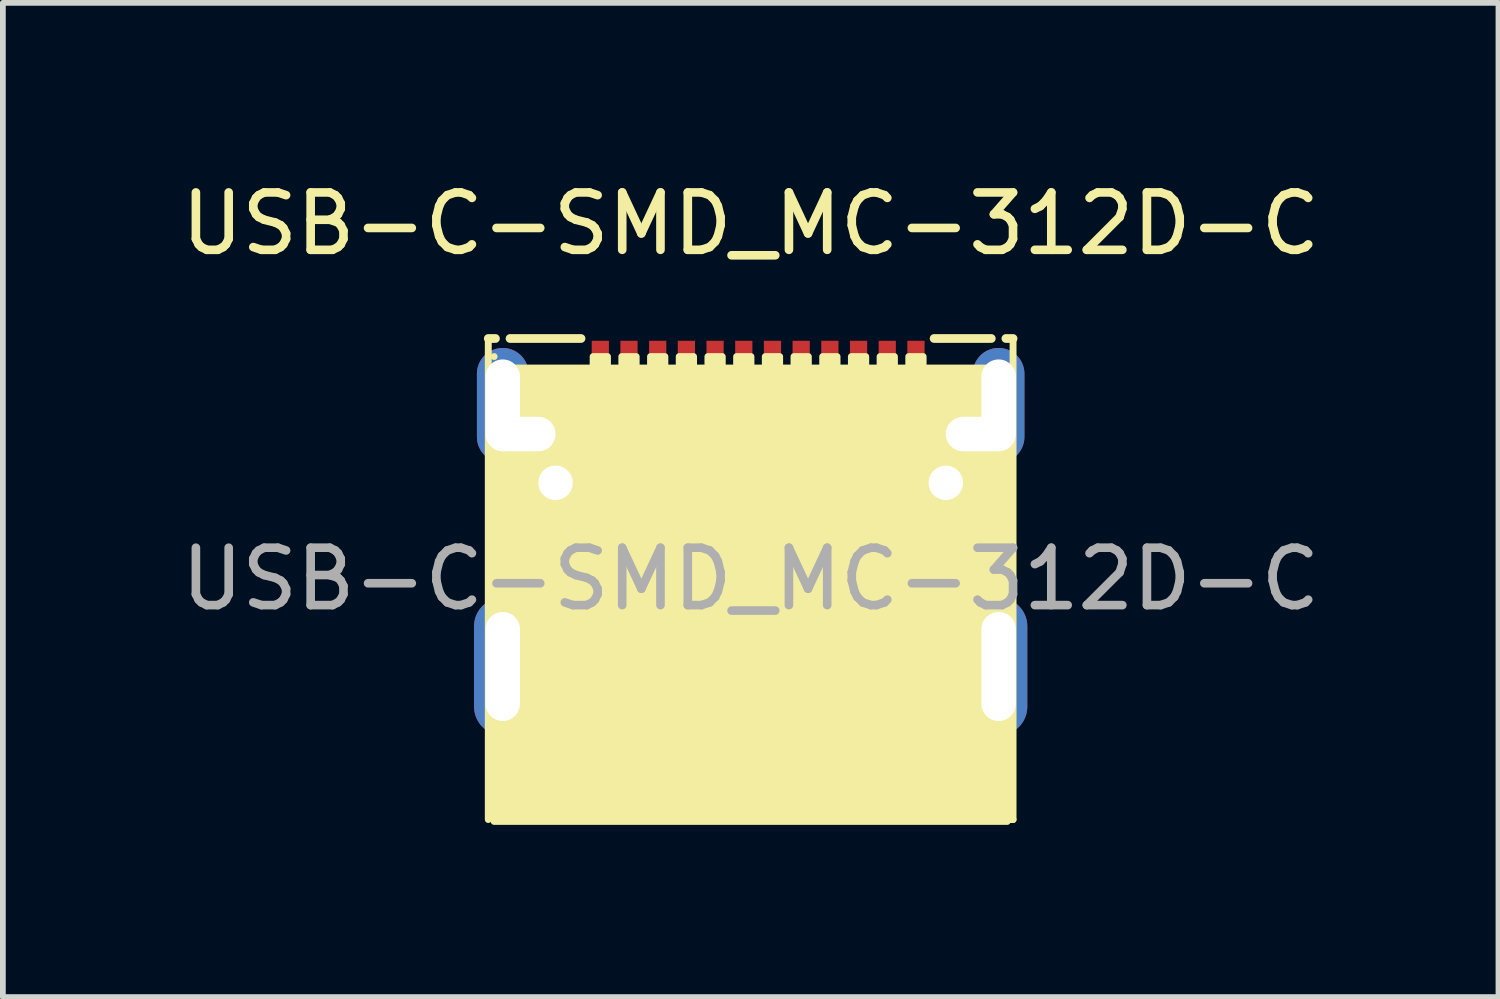
<source format=kicad_pcb>
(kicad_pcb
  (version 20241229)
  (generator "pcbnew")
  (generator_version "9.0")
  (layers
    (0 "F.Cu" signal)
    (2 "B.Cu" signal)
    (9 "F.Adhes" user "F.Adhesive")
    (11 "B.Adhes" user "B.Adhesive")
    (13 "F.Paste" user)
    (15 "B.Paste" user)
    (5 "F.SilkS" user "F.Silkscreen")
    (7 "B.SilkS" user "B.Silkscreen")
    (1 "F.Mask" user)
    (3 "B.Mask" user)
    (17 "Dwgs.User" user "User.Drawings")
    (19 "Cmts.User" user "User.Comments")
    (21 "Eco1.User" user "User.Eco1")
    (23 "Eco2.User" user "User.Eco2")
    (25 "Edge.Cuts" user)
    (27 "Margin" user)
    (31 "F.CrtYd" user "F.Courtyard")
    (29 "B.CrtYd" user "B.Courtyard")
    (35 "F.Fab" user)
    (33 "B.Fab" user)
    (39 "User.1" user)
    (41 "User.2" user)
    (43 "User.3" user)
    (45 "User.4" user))
  (footprint "USB-C-SMD_MC-312D-C"
    (layer "F.Cu")
    (at 10.03 5.963)
    (property "Reference" "USB-C-SMD_MC-312D-C" (at -0.000076 -5.115 0) (layer "F.SilkS") (effects (font (size 1 1) (thickness 0.15))))
    (attr through_hole)
    (fp_line (start -4.572 -3.115) (end -4.447 -3.115) (stroke (width 0.152) (type solid)) (layer "F.SilkS"))
    (fp_line (start -4.572 5.267) (end -4.572 -3.115) (stroke (width 0.12) (type solid)) (layer "F.SilkS"))
    (fp_line (start -4.47 5.267) (end 4.47 5.267) (stroke (width 0.12) (type solid)) (layer "F.SilkS"))
    (fp_line (start -4.193 -3.115) (end -2.956 -3.115) (stroke (width 0.152) (type solid)) (layer "F.SilkS"))
    (fp_line (start -3.556 0.06) (end -3.556 0.822) (stroke (width 0.254) (type solid)) (layer "F.SilkS"))
    (fp_line (start -3.556 0.822) (end -1.27 0.822) (stroke (width 0.254) (type solid)) (layer "F.SilkS"))
    (fp_line (start -1.27 0.06) (end -3.556 0.06) (stroke (width 0.254) (type solid)) (layer "F.SilkS"))
    (fp_line (start -1.27 0.822) (end -1.27 0.06) (stroke (width 0.254) (type solid)) (layer "F.SilkS"))
    (fp_line (start 1.27 0.06) (end 1.27 0.822) (stroke (width 0.254) (type solid)) (layer "F.SilkS"))
    (fp_line (start 1.27 0.822) (end 3.556 0.822) (stroke (width 0.254) (type solid)) (layer "F.SilkS"))
    (fp_line (start 3.196 -3.115) (end 4.193 -3.115) (stroke (width 0.152) (type solid)) (layer "F.SilkS"))
    (fp_line (start 3.556 0.06) (end 1.27 0.06) (stroke (width 0.254) (type solid)) (layer "F.SilkS"))
    (fp_line (start 3.556 0.822) (end 3.556 0.06) (stroke (width 0.254) (type solid)) (layer "F.SilkS"))
    (fp_line (start 4.447 -3.115) (end 4.572 -3.115) (stroke (width 0.152) (type solid)) (layer "F.SilkS"))
    (fp_line (start 4.572 -3.115) (end 4.572 5.267) (stroke (width 0.12) (type solid)) (layer "F.SilkS"))
    (fp_line (start 4.572 5.267) (end 4.445 5.267) (stroke (width 0.12) (type solid)) (layer "F.SilkS"))
    (fp_circle (center -4.47 -2.8) (end -4.44 -2.8) (stroke (width 0.06) (type solid)) (fill no) (layer "F.SilkS"))
    (fp_poly (pts (xy -4.47 -2.6) (xy 4.47 -2.6) (xy 4.47 5.3) (xy -4.47 5.3)) (stroke (width 0.12) (type solid)) (fill yes) (layer "F.SilkS"))
    (fp_poly (pts (xy -4.47 1.85) (xy -4.17 1.85) (xy -4.17 3.35) (xy -4.47 3.35)) (stroke (width 0.12) (type solid)) (fill yes) (layer "F.SilkS"))
    (fp_poly (pts (xy -4.17 -1.3) (xy -4.47 -1.3) (xy -4.47 -2.6) (xy -4.17 -2.6)) (stroke (width 0.12) (type solid)) (fill yes) (layer "F.SilkS"))
    (fp_poly (pts (xy -3.85 -1.2) (xy -4.15 -1.2) (xy -4.15 -1.7) (xy -3.85 -1.7)) (stroke (width 0.12) (type solid)) (fill yes) (layer "F.SilkS"))
    (fp_poly (pts (xy -2.995 -1.6) (xy -2.745 -1.6) (xy -2.745 -1) (xy -2.995 -1)) (stroke (width 0.12) (type solid)) (fill yes) (layer "F.SilkS"))
    (fp_poly (pts (xy -2.745 -2.8) (xy -2.495 -2.8) (xy -2.495 -2.2) (xy -2.745 -2.2)) (stroke (width 0.12) (type solid)) (fill yes) (layer "F.SilkS"))
    (fp_poly (pts (xy -2.495 -1.6) (xy -2.245 -1.6) (xy -2.245 -1) (xy -2.495 -1)) (stroke (width 0.12) (type solid)) (fill yes) (layer "F.SilkS"))
    (fp_poly (pts (xy -2.245 -2.8) (xy -1.995 -2.8) (xy -1.995 -2.2) (xy -2.245 -2.2)) (stroke (width 0.12) (type solid)) (fill yes) (layer "F.SilkS"))
    (fp_poly (pts (xy -1.995 -1.6) (xy -1.745 -1.6) (xy -1.745 -1) (xy -1.995 -1)) (stroke (width 0.12) (type solid)) (fill yes) (layer "F.SilkS"))
    (fp_poly (pts (xy -1.745 -2.8) (xy -1.495 -2.8) (xy -1.495 -2.2) (xy -1.745 -2.2)) (stroke (width 0.12) (type solid)) (fill yes) (layer "F.SilkS"))
    (fp_poly (pts (xy -1.495 -1.6) (xy -1.245 -1.6) (xy -1.245 -1) (xy -1.495 -1)) (stroke (width 0.12) (type solid)) (fill yes) (layer "F.SilkS"))
    (fp_poly (pts (xy -1.245 -2.8) (xy -0.995 -2.8) (xy -0.995 -2.2) (xy -1.245 -2.2)) (stroke (width 0.12) (type solid)) (fill yes) (layer "F.SilkS"))
    (fp_poly (pts (xy -0.995 -1.6) (xy -0.745 -1.6) (xy -0.745 -1) (xy -0.995 -1)) (stroke (width 0.12) (type solid)) (fill yes) (layer "F.SilkS"))
    (fp_poly (pts (xy -0.745 -2.8) (xy -0.495 -2.8) (xy -0.495 -2.2) (xy -0.745 -2.2)) (stroke (width 0.12) (type solid)) (fill yes) (layer "F.SilkS"))
    (fp_poly (pts (xy -0.495 -1.6) (xy -0.245 -1.6) (xy -0.245 -1) (xy -0.495 -1)) (stroke (width 0.12) (type solid)) (fill yes) (layer "F.SilkS"))
    (fp_poly (pts (xy -0.245 -2.8) (xy 0.005 -2.8) (xy 0.005 -2.2) (xy -0.245 -2.2)) (stroke (width 0.12) (type solid)) (fill yes) (layer "F.SilkS"))
    (fp_poly (pts (xy 0.005 -1.6) (xy 0.255 -1.6) (xy 0.255 -1) (xy 0.005 -1)) (stroke (width 0.12) (type solid)) (fill yes) (layer "F.SilkS"))
    (fp_poly (pts (xy 0.255 -2.8) (xy 0.505 -2.8) (xy 0.505 -2.2) (xy 0.255 -2.2)) (stroke (width 0.12) (type solid)) (fill yes) (layer "F.SilkS"))
    (fp_poly (pts (xy 0.505 -1.6) (xy 0.755 -1.6) (xy 0.755 -1) (xy 0.505 -1)) (stroke (width 0.12) (type solid)) (fill yes) (layer "F.SilkS"))
    (fp_poly (pts (xy 0.755 -2.8) (xy 1.005 -2.8) (xy 1.005 -2.2) (xy 0.755 -2.2)) (stroke (width 0.12) (type solid)) (fill yes) (layer "F.SilkS"))
    (fp_poly (pts (xy 1.005 -1.6) (xy 1.255 -1.6) (xy 1.255 -1) (xy 1.005 -1)) (stroke (width 0.12) (type solid)) (fill yes) (layer "F.SilkS"))
    (fp_poly (pts (xy 1.255 -2.8) (xy 1.505 -2.8) (xy 1.505 -2.2) (xy 1.255 -2.2)) (stroke (width 0.12) (type solid)) (fill yes) (layer "F.SilkS"))
    (fp_poly (pts (xy 1.505 -1.6) (xy 1.755 -1.6) (xy 1.755 -1) (xy 1.505 -1)) (stroke (width 0.12) (type solid)) (fill yes) (layer "F.SilkS"))
    (fp_poly (pts (xy 1.755 -2.8) (xy 2.005 -2.8) (xy 2.005 -2.2) (xy 1.755 -2.2)) (stroke (width 0.12) (type solid)) (fill yes) (layer "F.SilkS"))
    (fp_poly (pts (xy 2.005 -1.6) (xy 2.255 -1.6) (xy 2.255 -1) (xy 2.005 -1)) (stroke (width 0.12) (type solid)) (fill yes) (layer "F.SilkS"))
    (fp_poly (pts (xy 2.255 -2.8) (xy 2.505 -2.8) (xy 2.505 -2.2) (xy 2.255 -2.2)) (stroke (width 0.12) (type solid)) (fill yes) (layer "F.SilkS"))
    (fp_poly (pts (xy 2.505 -1.6) (xy 2.755 -1.6) (xy 2.755 -1) (xy 2.505 -1)) (stroke (width 0.12) (type solid)) (fill yes) (layer "F.SilkS"))
    (fp_poly (pts (xy 2.755 -2.8) (xy 3.005 -2.8) (xy 3.005 -2.2) (xy 2.755 -2.2)) (stroke (width 0.12) (type solid)) (fill yes) (layer "F.SilkS"))
    (fp_poly (pts (xy 4.15 -1.2) (xy 3.85 -1.2) (xy 3.85 -1.7) (xy 4.15 -1.7)) (stroke (width 0.12) (type solid)) (fill yes) (layer "F.SilkS"))
    (fp_poly (pts (xy 4.17 1.85) (xy 4.47 1.85) (xy 4.47 3.35) (xy 4.17 3.35)) (stroke (width 0.12) (type solid)) (fill yes) (layer "F.SilkS"))
    (fp_poly (pts (xy 4.47 -1.3) (xy 4.17 -1.3) (xy 4.17 -2.6) (xy 4.47 -2.6)) (stroke (width 0.12) (type solid)) (fill yes) (layer "F.SilkS"))
    (fp_poly (pts (xy -3.02 -1.774) (xy -2.72 -1.774) (xy -2.72 -0.824) (xy -3.02 -0.824)) (stroke (width 0.15) (type solid)) (fill yes) (layer "F.Paste"))
    (fp_poly (pts (xy -2.77 -3.075) (xy -2.47 -3.075) (xy -2.47 -2.125) (xy -2.77 -2.125)) (stroke (width 0.15) (type solid)) (fill yes) (layer "F.Paste"))
    (fp_poly (pts (xy -2.52 -1.774) (xy -2.22 -1.774) (xy -2.22 -0.824) (xy -2.52 -0.824)) (stroke (width 0.15) (type solid)) (fill yes) (layer "F.Paste"))
    (fp_poly (pts (xy -2.27 -3.075) (xy -1.97 -3.075) (xy -1.97 -2.125) (xy -2.27 -2.125)) (stroke (width 0.15) (type solid)) (fill yes) (layer "F.Paste"))
    (fp_poly (pts (xy -2.019 -1.774) (xy -1.72 -1.774) (xy -1.72 -0.824) (xy -2.019 -0.824)) (stroke (width 0.15) (type solid)) (fill yes) (layer "F.Paste"))
    (fp_poly (pts (xy -1.77 -3.075) (xy -1.47 -3.075) (xy -1.47 -2.125) (xy -1.77 -2.125)) (stroke (width 0.15) (type solid)) (fill yes) (layer "F.Paste"))
    (fp_poly (pts (xy -1.52 -1.774) (xy -1.22 -1.774) (xy -1.22 -0.824) (xy -1.52 -0.824)) (stroke (width 0.15) (type solid)) (fill yes) (layer "F.Paste"))
    (fp_poly (pts (xy -1.27 -3.075) (xy -0.97 -3.075) (xy -0.97 -2.125) (xy -1.27 -2.125)) (stroke (width 0.15) (type solid)) (fill yes) (layer "F.Paste"))
    (fp_poly (pts (xy -1.02 -1.774) (xy -0.72 -1.774) (xy -0.72 -0.824) (xy -1.02 -0.824)) (stroke (width 0.15) (type solid)) (fill yes) (layer "F.Paste"))
    (fp_poly (pts (xy -0.77 -3.075) (xy -0.47 -3.075) (xy -0.47 -2.125) (xy -0.77 -2.125)) (stroke (width 0.15) (type solid)) (fill yes) (layer "F.Paste"))
    (fp_poly (pts (xy -0.52 -1.774) (xy -0.22 -1.774) (xy -0.22 -0.824) (xy -0.52 -0.824)) (stroke (width 0.15) (type solid)) (fill yes) (layer "F.Paste"))
    (fp_poly (pts (xy -0.27 -3.075) (xy 0.03 -3.075) (xy 0.03 -2.125) (xy -0.27 -2.125)) (stroke (width 0.15) (type solid)) (fill yes) (layer "F.Paste"))
    (fp_poly (pts (xy -0.02 -1.774) (xy 0.28 -1.774) (xy 0.28 -0.824) (xy -0.02 -0.824)) (stroke (width 0.15) (type solid)) (fill yes) (layer "F.Paste"))
    (fp_poly (pts (xy 0.23 -3.075) (xy 0.53 -3.075) (xy 0.53 -2.125) (xy 0.23 -2.125)) (stroke (width 0.15) (type solid)) (fill yes) (layer "F.Paste"))
    (fp_poly (pts (xy 0.48 -1.774) (xy 0.781 -1.774) (xy 0.781 -0.824) (xy 0.48 -0.824)) (stroke (width 0.15) (type solid)) (fill yes) (layer "F.Paste"))
    (fp_poly (pts (xy 0.73 -3.075) (xy 1.03 -3.075) (xy 1.03 -2.125) (xy 0.73 -2.125)) (stroke (width 0.15) (type solid)) (fill yes) (layer "F.Paste"))
    (fp_poly (pts (xy 0.98 -1.774) (xy 1.28 -1.774) (xy 1.28 -0.824) (xy 0.98 -0.824)) (stroke (width 0.15) (type solid)) (fill yes) (layer "F.Paste"))
    (fp_poly (pts (xy 1.23 -3.075) (xy 1.53 -3.075) (xy 1.53 -2.125) (xy 1.23 -2.125)) (stroke (width 0.15) (type solid)) (fill yes) (layer "F.Paste"))
    (fp_poly (pts (xy 1.48 -1.774) (xy 1.78 -1.774) (xy 1.78 -0.824) (xy 1.48 -0.824)) (stroke (width 0.15) (type solid)) (fill yes) (layer "F.Paste"))
    (fp_poly (pts (xy 1.73 -3.075) (xy 2.03 -3.075) (xy 2.03 -2.125) (xy 1.73 -2.125)) (stroke (width 0.15) (type solid)) (fill yes) (layer "F.Paste"))
    (fp_poly (pts (xy 1.98 -1.774) (xy 2.28 -1.774) (xy 2.28 -0.824) (xy 1.98 -0.824)) (stroke (width 0.15) (type solid)) (fill yes) (layer "F.Paste"))
    (fp_poly (pts (xy 2.23 -3.075) (xy 2.53 -3.075) (xy 2.53 -2.125) (xy 2.23 -2.125)) (stroke (width 0.15) (type solid)) (fill yes) (layer "F.Paste"))
    (fp_poly (pts (xy 2.481 -1.774) (xy 2.78 -1.774) (xy 2.78 -0.824) (xy 2.481 -0.824)) (stroke (width 0.15) (type solid)) (fill yes) (layer "F.Paste"))
    (fp_poly (pts (xy 2.73 -3.075) (xy 3.03 -3.075) (xy 3.03 -2.125) (xy 2.73 -2.125)) (stroke (width 0.15) (type solid)) (fill yes) (layer "F.Paste"))
    (fp_poly (pts (xy -4.819 1.9) (xy -4.808 1.797) (xy -4.775 1.698) (xy -4.723 1.608) (xy -4.653 1.531) (xy -4.568 1.47) (xy -4.473 1.428) (xy -4.371 1.407) (xy -4.267 1.407) (xy -4.166 1.428) (xy -4.07 1.47) (xy -3.986 1.531) (xy -3.916 1.608) (xy -3.864 1.698) (xy -3.831 1.797) (xy -3.819 1.9) (xy -3.819 3.3) (xy -3.831 3.404) (xy -3.864 3.502) (xy -3.916 3.592) (xy -3.986 3.669) (xy -4.07 3.73) (xy -4.166 3.772) (xy -4.267 3.794) (xy -4.371 3.794) (xy -4.473 3.772) (xy -4.568 3.73) (xy -4.653 3.669) (xy -4.723 3.592) (xy -4.775 3.502) (xy -4.808 3.404) (xy -4.819 3.3)) (stroke (width 0.15) (type solid)) (fill yes) (layer "F.Paste"))
    (fp_poly (pts (xy 3.82 1.901) (xy 3.832 1.797) (xy 3.865 1.699) (xy 3.918 1.609) (xy 3.988 1.532) (xy 4.072 1.472) (xy 4.167 1.43) (xy 4.269 1.408) (xy 4.372 1.408) (xy 4.474 1.43) (xy 4.569 1.472) (xy 4.653 1.532) (xy 4.723 1.609) (xy 4.776 1.699) (xy 4.809 1.797) (xy 4.82 1.901) (xy 4.82 3.301) (xy 4.809 3.404) (xy 4.776 3.502) (xy 4.723 3.592) (xy 4.653 3.669) (xy 4.569 3.729) (xy 4.474 3.771) (xy 4.372 3.793) (xy 4.269 3.793) (xy 4.167 3.771) (xy 4.072 3.729) (xy 3.988 3.669) (xy 3.918 3.592) (xy 3.865 3.502) (xy 3.832 3.404) (xy 3.82 3.301)) (stroke (width 0.15) (type solid)) (fill yes) (layer "F.Paste"))
    (fp_poly (pts (xy -4.8 -2.6) (xy -4.8 -1.4) (xy -4.79 -1.302) (xy -4.762 -1.209) (xy -4.716 -1.122) (xy -4.654 -1.046) (xy -4.578 -0.984) (xy -4.491 -0.938) (xy -4.398 -0.91) (xy -4.3 -0.9) (xy -3.9 -0.9) (xy -3.8 -0.9) (xy -3.702 -0.91) (xy -3.609 -0.938) (xy -3.522 -0.984) (xy -3.446 -1.046) (xy -3.384 -1.122) (xy -3.338 -1.209) (xy -3.31 -1.302) (xy -3.3 -1.4) (xy -3.31 -1.498) (xy -3.338 -1.591) (xy -3.384 -1.678) (xy -3.446 -1.754) (xy -3.522 -1.816) (xy -3.609 -1.862) (xy -3.702 -1.89) (xy -3.8 -1.9) (xy -3.9 -1.9) (xy -3.9 -2.6) (xy -3.908 -2.678) (xy -3.93 -2.753) (xy -3.967 -2.822) (xy -4.017 -2.883) (xy -4.078 -2.933) (xy -4.147 -2.97) (xy -4.222 -2.992) (xy -4.3 -3) (xy -4.4 -3) (xy -4.478 -2.992) (xy -4.553 -2.97) (xy -4.622 -2.933) (xy -4.683 -2.883) (xy -4.733 -2.822) (xy -4.77 -2.753) (xy -4.792 -2.678) (xy -4.8 -2.6)) (stroke (width 0.15) (type solid)) (fill yes) (layer "F.Paste"))
    (fp_poly (pts (xy 4.77 -2.6) (xy 4.77 -1.4) (xy 4.761 -1.302) (xy 4.732 -1.209) (xy 4.686 -1.122) (xy 4.624 -1.046) (xy 4.548 -0.984) (xy 4.462 -0.938) (xy 4.368 -0.91) (xy 4.27 -0.9) (xy 3.87 -0.9) (xy 3.77 -0.9) (xy 3.673 -0.91) (xy 3.579 -0.938) (xy 3.493 -0.984) (xy 3.417 -1.046) (xy 3.355 -1.122) (xy 3.309 -1.209) (xy 3.28 -1.302) (xy 3.27 -1.4) (xy 3.28 -1.498) (xy 3.309 -1.591) (xy 3.355 -1.678) (xy 3.417 -1.754) (xy 3.493 -1.816) (xy 3.579 -1.862) (xy 3.673 -1.89) (xy 3.77 -1.9) (xy 3.87 -1.9) (xy 3.87 -2.6) (xy 3.878 -2.678) (xy 3.901 -2.753) (xy 3.938 -2.822) (xy 3.988 -2.883) (xy 4.048 -2.933) (xy 4.117 -2.97) (xy 4.192 -2.992) (xy 4.27 -3) (xy 4.37 -3) (xy 4.449 -2.992) (xy 4.524 -2.97) (xy 4.593 -2.933) (xy 4.653 -2.883) (xy 4.703 -2.822) (xy 4.74 -2.753) (xy 4.763 -2.678) (xy 4.77 -2.6)) (stroke (width 0.15) (type solid)) (fill yes) (layer "F.Paste"))
    (fp_circle (center -3.4 -0.6) (end -3.287 -0.6) (stroke (width 0.225) (type solid)) (fill no) (layer "F.Fab"))
    (fp_circle (center 3.4 -0.6) (end 3.513 -0.6) (stroke (width 0.225) (type solid)) (fill no) (layer "F.Fab"))
    (fp_text user "${REFERENCE}" (at -0.000076 1.076 0) (layer "F.Fab") (effects (font (size 1 1) (thickness 0.15))))
    (pad "" np_thru_hole circle (at -3.4 -0.6) (size 0.6 0.6) (drill 0.6) (layers "*.Cu" "*.Mask"))
    (pad "" np_thru_hole circle (at 3.4 -0.6) (size 0.6 0.6) (drill 0.6) (layers "*.Cu" "*.Mask"))
    (pad "1" thru_hole oval (at -4.32 -1.95 180) (size 0.9 2) (drill oval 0.6 1.6) (layers "*.Cu" "*.Mask"))
    (pad "1" thru_hole oval (at -4 -1.45 270) (size 0.9 1.5) (drill oval 0.6 1.2) (layers "*.Cu" "*.Mask"))
    (pad "2" thru_hole oval (at 4 -1.45 270) (size 0.9 1.5) (drill oval 0.6 1.2) (layers "*.Cu" "*.Mask"))
    (pad "2" thru_hole oval (at 4.32 -1.95 180) (size 0.9 2) (drill oval 0.6 1.6) (layers "*.Cu" "*.Mask"))
    (pad "3" thru_hole oval (at 4.32 2.6) (size 1 2.4) (drill oval 0.6 1.9) (layers "*.Cu" "*.Mask"))
    (pad "4" thru_hole oval (at -4.32 2.6) (size 1 2.4) (drill oval 0.6 1.9) (layers "*.Cu" "*.Mask"))
    (pad "A1" smd rect (at -2.62 -2.6) (size 0.3 0.95) (layers "F.Cu" "F.Mask" "F.Paste"))
    (pad "A2" smd rect (at -2.12 -2.6) (size 0.3 0.95) (layers "F.Cu" "F.Mask" "F.Paste"))
    (pad "A3" smd rect (at -1.62 -2.6) (size 0.3 0.95) (layers "F.Cu" "F.Mask" "F.Paste"))
    (pad "A4" smd rect (at -1.12 -2.6) (size 0.3 0.95) (layers "F.Cu" "F.Mask" "F.Paste"))
    (pad "A5" smd rect (at -0.62 -2.6) (size 0.3 0.95) (layers "F.Cu" "F.Mask" "F.Paste"))
    (pad "A6" smd rect (at -0.12 -2.6) (size 0.3 0.95) (layers "F.Cu" "F.Mask" "F.Paste"))
    (pad "A7" smd rect (at 0.38 -2.6) (size 0.3 0.95) (layers "F.Cu" "F.Mask" "F.Paste"))
    (pad "A8" smd rect (at 0.88 -2.6) (size 0.3 0.95) (layers "F.Cu" "F.Mask" "F.Paste"))
    (pad "A9" smd rect (at 1.38 -2.6) (size 0.3 0.95) (layers "F.Cu" "F.Mask" "F.Paste"))
    (pad "A10" smd rect (at 1.88 -2.6) (size 0.3 0.95) (layers "F.Cu" "F.Mask" "F.Paste"))
    (pad "A11" smd rect (at 2.38 -2.6) (size 0.3 0.95) (layers "F.Cu" "F.Mask" "F.Paste"))
    (pad "A12" smd rect (at 2.88 -2.6) (size 0.3 0.95) (layers "F.Cu" "F.Mask" "F.Paste"))
    (pad "B1" smd rect (at 2.63 -1.3) (size 0.3 0.95) (layers "F.Cu" "F.Mask" "F.Paste"))
    (pad "B2" smd rect (at 2.13 -1.3) (size 0.3 0.95) (layers "F.Cu" "F.Mask" "F.Paste"))
    (pad "B3" smd rect (at 1.63 -1.3) (size 0.3 0.95) (layers "F.Cu" "F.Mask" "F.Paste"))
    (pad "B4" smd rect (at 1.13 -1.3) (size 0.3 0.95) (layers "F.Cu" "F.Mask" "F.Paste"))
    (pad "B5" smd rect (at 0.63 -1.3) (size 0.3 0.95) (layers "F.Cu" "F.Mask" "F.Paste"))
    (pad "B6" smd rect (at 0.13 -1.3) (size 0.3 0.95) (layers "F.Cu" "F.Mask" "F.Paste"))
    (pad "B7" smd rect (at -0.37 -1.3) (size 0.3 0.95) (layers "F.Cu" "F.Mask" "F.Paste"))
    (pad "B8" smd rect (at -0.87 -1.3) (size 0.3 0.95) (layers "F.Cu" "F.Mask" "F.Paste"))
    (pad "B9" smd rect (at -1.37 -1.3) (size 0.3 0.95) (layers "F.Cu" "F.Mask" "F.Paste"))
    (pad "B10" smd rect (at -1.87 -1.3) (size 0.3 0.95) (layers "F.Cu" "F.Mask" "F.Paste"))
    (pad "B11" smd rect (at -2.37 -1.3) (size 0.3 0.95) (layers "F.Cu" "F.Mask" "F.Paste"))
    (pad "B12" smd rect (at -2.87 -1.3) (size 0.3 0.95) (layers "F.Cu" "F.Mask" "F.Paste")))
  (gr_rect
    (start -3 -3)
    (end 23.06 14.323)
    (stroke (width 0.1) (type default))
    (fill no)
    (layer "Edge.Cuts")))
</source>
